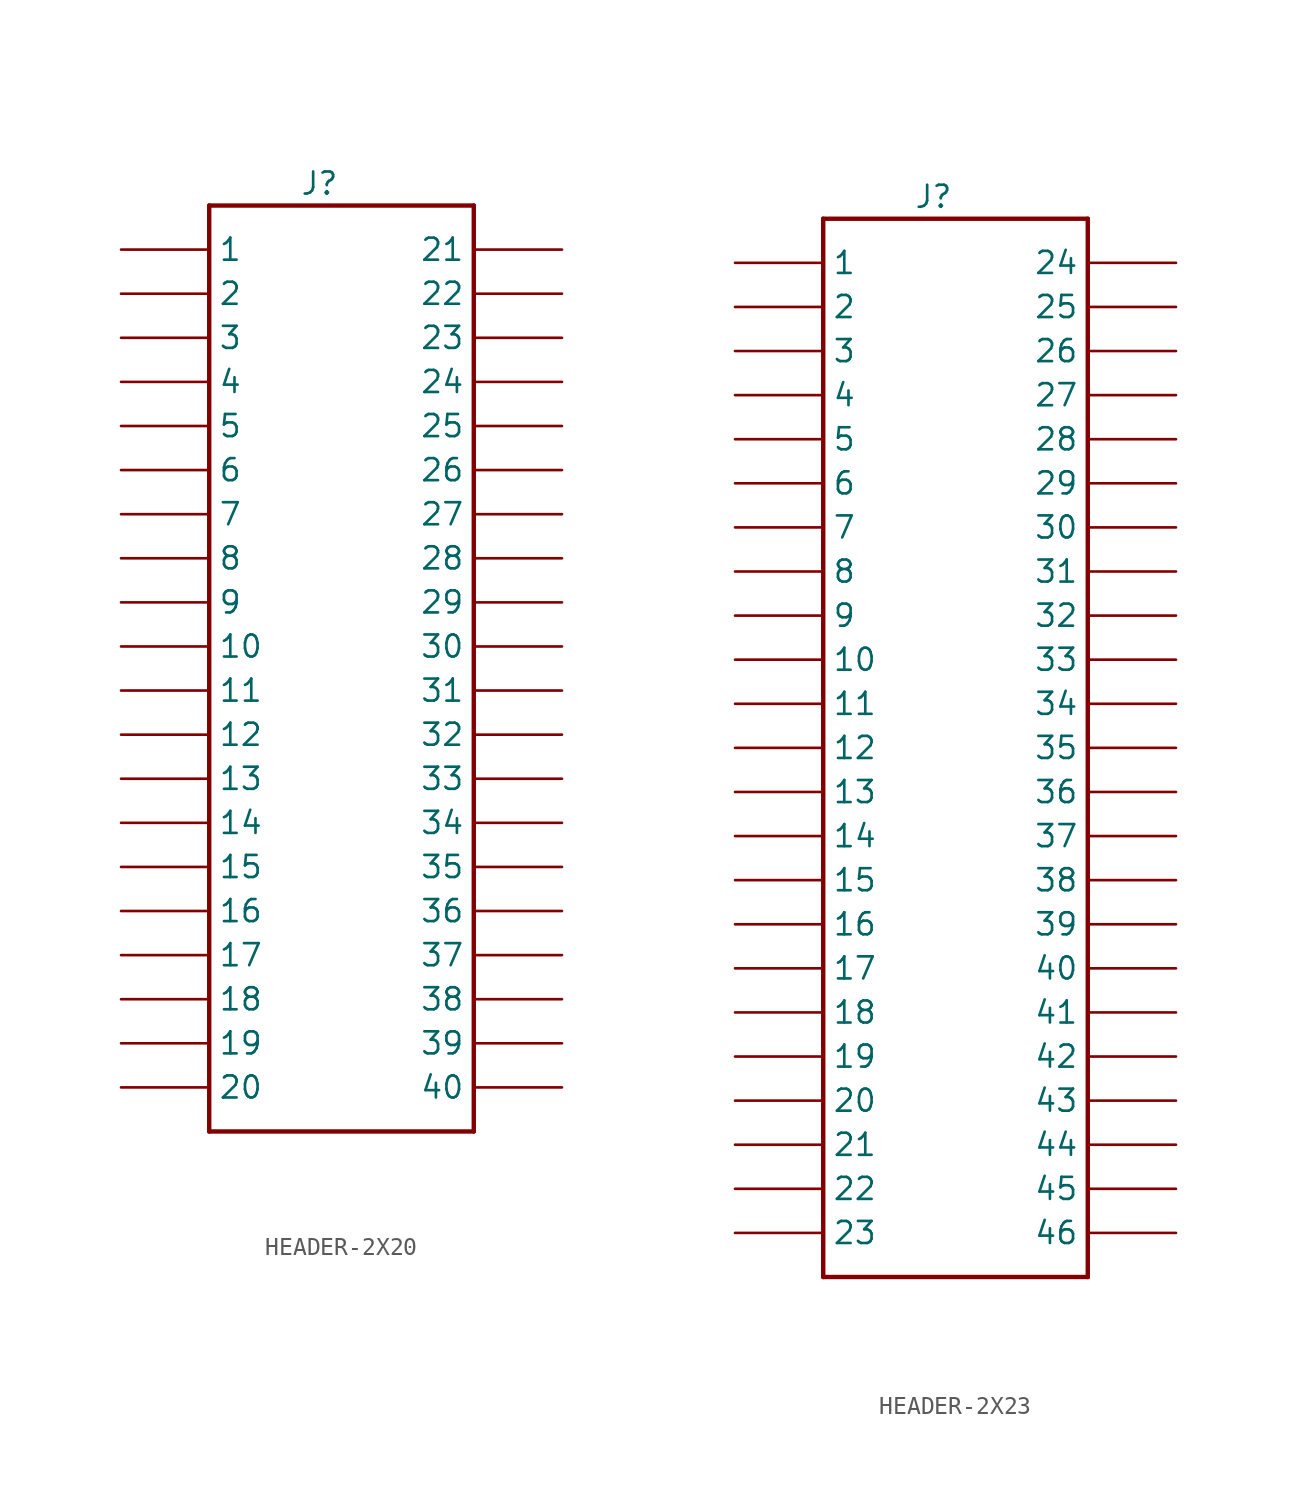
<source format=kicad_sym>
(kicad_symbol_lib
  (version 20220914)
  (generator kicad_symbol_editor)
  (symbol "HEADER-2X20"
    (pin_numbers hide)
    (property "Reference" "J"
      (at 3.81 29.21 0)
      (effects (font (size 1.27 1.27))))
    (symbol "HEADER-2X20_1_0"
      (polyline (pts (xy -2.54 -25.4) (xy -2.54 27.94)) (stroke (width 0.254) (type solid)) (fill (type none)))
      (polyline (pts (xy -2.54 27.94) (xy 12.7 27.94)) (stroke (width 0.254) (type solid)) (fill (type none)))
      (polyline (pts (xy 12.7 -25.4) (xy -2.54 -25.4)) (stroke (width 0.254) (type solid)) (fill (type none)))
      (polyline (pts (xy 12.7 27.94) (xy 12.7 -25.4)) (stroke (width 0.254) (type solid)) (fill (type none)))
      (pin bidirectional line (at -7.62 25.4 0) (length 5.08) (name "1" (effects (font (size 1.27 1.27)))) (number "1" (effects (font (size 1.27 1.27)))))
      (pin bidirectional line (at -7.62 2.54 0) (length 5.08) (name "10" (effects (font (size 1.27 1.27)))) (number "10" (effects (font (size 1.27 1.27)))))
      (pin bidirectional line (at -7.62 0 0) (length 5.08) (name "11" (effects (font (size 1.27 1.27)))) (number "11" (effects (font (size 1.27 1.27)))))
      (pin bidirectional line (at -7.62 -2.54 0) (length 5.08) (name "12" (effects (font (size 1.27 1.27)))) (number "12" (effects (font (size 1.27 1.27)))))
      (pin bidirectional line (at -7.62 -5.08 0) (length 5.08) (name "13" (effects (font (size 1.27 1.27)))) (number "13" (effects (font (size 1.27 1.27)))))
      (pin bidirectional line (at -7.62 -7.62 0) (length 5.08) (name "14" (effects (font (size 1.27 1.27)))) (number "14" (effects (font (size 1.27 1.27)))))
      (pin bidirectional line (at -7.62 -10.16 0) (length 5.08) (name "15" (effects (font (size 1.27 1.27)))) (number "15" (effects (font (size 1.27 1.27)))))
      (pin bidirectional line (at -7.62 -12.7 0) (length 5.08) (name "16" (effects (font (size 1.27 1.27)))) (number "16" (effects (font (size 1.27 1.27)))))
      (pin bidirectional line (at -7.62 -15.24 0) (length 5.08) (name "17" (effects (font (size 1.27 1.27)))) (number "17" (effects (font (size 1.27 1.27)))))
      (pin bidirectional line (at -7.62 -17.78 0) (length 5.08) (name "18" (effects (font (size 1.27 1.27)))) (number "18" (effects (font (size 1.27 1.27)))))
      (pin bidirectional line (at -7.62 -20.32 0) (length 5.08) (name "19" (effects (font (size 1.27 1.27)))) (number "19" (effects (font (size 1.27 1.27)))))
      (pin bidirectional line (at -7.62 22.86 0) (length 5.08) (name "2" (effects (font (size 1.27 1.27)))) (number "2" (effects (font (size 1.27 1.27)))))
      (pin bidirectional line (at -7.62 -22.86 0) (length 5.08) (name "20" (effects (font (size 1.27 1.27)))) (number "20" (effects (font (size 1.27 1.27)))))
      (pin bidirectional line (at 17.78 25.4 180) (length 5.08) (name "21" (effects (font (size 1.27 1.27)))) (number "21" (effects (font (size 1.27 1.27)))))
      (pin bidirectional line (at 17.78 22.86 180) (length 5.08) (name "22" (effects (font (size 1.27 1.27)))) (number "22" (effects (font (size 1.27 1.27)))))
      (pin bidirectional line (at 17.78 20.32 180) (length 5.08) (name "23" (effects (font (size 1.27 1.27)))) (number "23" (effects (font (size 1.27 1.27)))))
      (pin bidirectional line (at 17.78 17.78 180) (length 5.08) (name "24" (effects (font (size 1.27 1.27)))) (number "24" (effects (font (size 1.27 1.27)))))
      (pin bidirectional line (at 17.78 15.24 180) (length 5.08) (name "25" (effects (font (size 1.27 1.27)))) (number "25" (effects (font (size 1.27 1.27)))))
      (pin bidirectional line (at 17.78 12.7 180) (length 5.08) (name "26" (effects (font (size 1.27 1.27)))) (number "26" (effects (font (size 1.27 1.27)))))
      (pin bidirectional line (at 17.78 10.16 180) (length 5.08) (name "27" (effects (font (size 1.27 1.27)))) (number "27" (effects (font (size 1.27 1.27)))))
      (pin bidirectional line (at 17.78 7.62 180) (length 5.08) (name "28" (effects (font (size 1.27 1.27)))) (number "28" (effects (font (size 1.27 1.27)))))
      (pin bidirectional line (at 17.78 5.08 180) (length 5.08) (name "29" (effects (font (size 1.27 1.27)))) (number "29" (effects (font (size 1.27 1.27)))))
      (pin bidirectional line (at -7.62 20.32 0) (length 5.08) (name "3" (effects (font (size 1.27 1.27)))) (number "3" (effects (font (size 1.27 1.27)))))
      (pin bidirectional line (at 17.78 2.54 180) (length 5.08) (name "30" (effects (font (size 1.27 1.27)))) (number "30" (effects (font (size 1.27 1.27)))))
      (pin bidirectional line (at 17.78 0 180) (length 5.08) (name "31" (effects (font (size 1.27 1.27)))) (number "31" (effects (font (size 1.27 1.27)))))
      (pin bidirectional line (at 17.78 -2.54 180) (length 5.08) (name "32" (effects (font (size 1.27 1.27)))) (number "32" (effects (font (size 1.27 1.27)))))
      (pin bidirectional line (at 17.78 -5.08 180) (length 5.08) (name "33" (effects (font (size 1.27 1.27)))) (number "33" (effects (font (size 1.27 1.27)))))
      (pin bidirectional line (at 17.78 -7.62 180) (length 5.08) (name "34" (effects (font (size 1.27 1.27)))) (number "34" (effects (font (size 1.27 1.27)))))
      (pin bidirectional line (at 17.78 -10.16 180) (length 5.08) (name "35" (effects (font (size 1.27 1.27)))) (number "35" (effects (font (size 1.27 1.27)))))
      (pin bidirectional line (at 17.78 -12.7 180) (length 5.08) (name "36" (effects (font (size 1.27 1.27)))) (number "36" (effects (font (size 1.27 1.27)))))
      (pin bidirectional line (at 17.78 -15.24 180) (length 5.08) (name "37" (effects (font (size 1.27 1.27)))) (number "37" (effects (font (size 1.27 1.27)))))
      (pin bidirectional line (at 17.78 -17.78 180) (length 5.08) (name "38" (effects (font (size 1.27 1.27)))) (number "38" (effects (font (size 1.27 1.27)))))
      (pin bidirectional line (at 17.78 -20.32 180) (length 5.08) (name "39" (effects (font (size 1.27 1.27)))) (number "39" (effects (font (size 1.27 1.27)))))
      (pin bidirectional line (at -7.62 17.78 0) (length 5.08) (name "4" (effects (font (size 1.27 1.27)))) (number "4" (effects (font (size 1.27 1.27)))))
      (pin bidirectional line (at 17.78 -22.86 180) (length 5.08) (name "40" (effects (font (size 1.27 1.27)))) (number "40" (effects (font (size 1.27 1.27)))))
      (pin bidirectional line (at -7.62 15.24 0) (length 5.08) (name "5" (effects (font (size 1.27 1.27)))) (number "5" (effects (font (size 1.27 1.27)))))
      (pin bidirectional line (at -7.62 12.7 0) (length 5.08) (name "6" (effects (font (size 1.27 1.27)))) (number "6" (effects (font (size 1.27 1.27)))))
      (pin bidirectional line (at -7.62 10.16 0) (length 5.08) (name "7" (effects (font (size 1.27 1.27)))) (number "7" (effects (font (size 1.27 1.27)))))
      (pin bidirectional line (at -7.62 7.62 0) (length 5.08) (name "8" (effects (font (size 1.27 1.27)))) (number "8" (effects (font (size 1.27 1.27)))))
      (pin bidirectional line (at -7.62 5.08 0) (length 5.08) (name "9" (effects (font (size 1.27 1.27)))) (number "9" (effects (font (size 1.27 1.27)))))))
  (symbol "HEADER-2X23"
    (pin_numbers hide)
    (property "Reference" "J"
      (at 0 29.21 0)
      (effects (font (size 1.27 1.27))))
    (symbol "HEADER-2X23_1_0"
      (polyline (pts (xy -6.35 -33.02) (xy -6.35 27.94)) (stroke (width 0.254) (type solid)) (fill (type none)))
      (polyline (pts (xy -6.35 27.94) (xy 8.89 27.94)) (stroke (width 0.254) (type solid)) (fill (type none)))
      (polyline (pts (xy 8.89 -33.02) (xy -6.35 -33.02)) (stroke (width 0.254) (type solid)) (fill (type none)))
      (polyline (pts (xy 8.89 27.94) (xy 8.89 -33.02)) (stroke (width 0.254) (type solid)) (fill (type none)))
      (pin bidirectional line (at -11.43 25.4 0) (length 5.08) (name "1" (effects (font (size 1.27 1.27)))) (number "1" (effects (font (size 1.27 1.27)))))
      (pin bidirectional line (at -11.43 2.54 0) (length 5.08) (name "10" (effects (font (size 1.27 1.27)))) (number "10" (effects (font (size 1.27 1.27)))))
      (pin bidirectional line (at -11.43 0 0) (length 5.08) (name "11" (effects (font (size 1.27 1.27)))) (number "11" (effects (font (size 1.27 1.27)))))
      (pin bidirectional line (at -11.43 -2.54 0) (length 5.08) (name "12" (effects (font (size 1.27 1.27)))) (number "12" (effects (font (size 1.27 1.27)))))
      (pin bidirectional line (at -11.43 -5.08 0) (length 5.08) (name "13" (effects (font (size 1.27 1.27)))) (number "13" (effects (font (size 1.27 1.27)))))
      (pin bidirectional line (at -11.43 -7.62 0) (length 5.08) (name "14" (effects (font (size 1.27 1.27)))) (number "14" (effects (font (size 1.27 1.27)))))
      (pin bidirectional line (at -11.43 -10.16 0) (length 5.08) (name "15" (effects (font (size 1.27 1.27)))) (number "15" (effects (font (size 1.27 1.27)))))
      (pin bidirectional line (at -11.43 -12.7 0) (length 5.08) (name "16" (effects (font (size 1.27 1.27)))) (number "16" (effects (font (size 1.27 1.27)))))
      (pin bidirectional line (at -11.43 -15.24 0) (length 5.08) (name "17" (effects (font (size 1.27 1.27)))) (number "17" (effects (font (size 1.27 1.27)))))
      (pin bidirectional line (at -11.43 -17.78 0) (length 5.08) (name "18" (effects (font (size 1.27 1.27)))) (number "18" (effects (font (size 1.27 1.27)))))
      (pin bidirectional line (at -11.43 -20.32 0) (length 5.08) (name "19" (effects (font (size 1.27 1.27)))) (number "19" (effects (font (size 1.27 1.27)))))
      (pin bidirectional line (at -11.43 22.86 0) (length 5.08) (name "2" (effects (font (size 1.27 1.27)))) (number "2" (effects (font (size 1.27 1.27)))))
      (pin bidirectional line (at -11.43 -22.86 0) (length 5.08) (name "20" (effects (font (size 1.27 1.27)))) (number "20" (effects (font (size 1.27 1.27)))))
      (pin bidirectional line (at -11.43 -25.4 0) (length 5.08) (name "21" (effects (font (size 1.27 1.27)))) (number "21" (effects (font (size 1.27 1.27)))))
      (pin bidirectional line (at -11.43 -27.94 0) (length 5.08) (name "22" (effects (font (size 1.27 1.27)))) (number "22" (effects (font (size 1.27 1.27)))))
      (pin bidirectional line (at -11.43 -30.48 0) (length 5.08) (name "23" (effects (font (size 1.27 1.27)))) (number "23" (effects (font (size 1.27 1.27)))))
      (pin bidirectional line (at 13.97 25.4 180) (length 5.08) (name "24" (effects (font (size 1.27 1.27)))) (number "24" (effects (font (size 1.27 1.27)))))
      (pin bidirectional line (at 13.97 22.86 180) (length 5.08) (name "25" (effects (font (size 1.27 1.27)))) (number "25" (effects (font (size 1.27 1.27)))))
      (pin bidirectional line (at 13.97 20.32 180) (length 5.08) (name "26" (effects (font (size 1.27 1.27)))) (number "26" (effects (font (size 1.27 1.27)))))
      (pin bidirectional line (at 13.97 17.78 180) (length 5.08) (name "27" (effects (font (size 1.27 1.27)))) (number "27" (effects (font (size 1.27 1.27)))))
      (pin bidirectional line (at 13.97 15.24 180) (length 5.08) (name "28" (effects (font (size 1.27 1.27)))) (number "28" (effects (font (size 1.27 1.27)))))
      (pin bidirectional line (at 13.97 12.7 180) (length 5.08) (name "29" (effects (font (size 1.27 1.27)))) (number "29" (effects (font (size 1.27 1.27)))))
      (pin bidirectional line (at -11.43 20.32 0) (length 5.08) (name "3" (effects (font (size 1.27 1.27)))) (number "3" (effects (font (size 1.27 1.27)))))
      (pin bidirectional line (at 13.97 10.16 180) (length 5.08) (name "30" (effects (font (size 1.27 1.27)))) (number "30" (effects (font (size 1.27 1.27)))))
      (pin bidirectional line (at 13.97 7.62 180) (length 5.08) (name "31" (effects (font (size 1.27 1.27)))) (number "31" (effects (font (size 1.27 1.27)))))
      (pin bidirectional line (at 13.97 5.08 180) (length 5.08) (name "32" (effects (font (size 1.27 1.27)))) (number "32" (effects (font (size 1.27 1.27)))))
      (pin bidirectional line (at 13.97 2.54 180) (length 5.08) (name "33" (effects (font (size 1.27 1.27)))) (number "33" (effects (font (size 1.27 1.27)))))
      (pin bidirectional line (at 13.97 0 180) (length 5.08) (name "34" (effects (font (size 1.27 1.27)))) (number "34" (effects (font (size 1.27 1.27)))))
      (pin bidirectional line (at 13.97 -2.54 180) (length 5.08) (name "35" (effects (font (size 1.27 1.27)))) (number "35" (effects (font (size 1.27 1.27)))))
      (pin bidirectional line (at 13.97 -5.08 180) (length 5.08) (name "36" (effects (font (size 1.27 1.27)))) (number "36" (effects (font (size 1.27 1.27)))))
      (pin bidirectional line (at 13.97 -7.62 180) (length 5.08) (name "37" (effects (font (size 1.27 1.27)))) (number "37" (effects (font (size 1.27 1.27)))))
      (pin bidirectional line (at 13.97 -10.16 180) (length 5.08) (name "38" (effects (font (size 1.27 1.27)))) (number "38" (effects (font (size 1.27 1.27)))))
      (pin bidirectional line (at 13.97 -12.7 180) (length 5.08) (name "39" (effects (font (size 1.27 1.27)))) (number "39" (effects (font (size 1.27 1.27)))))
      (pin bidirectional line (at -11.43 17.78 0) (length 5.08) (name "4" (effects (font (size 1.27 1.27)))) (number "4" (effects (font (size 1.27 1.27)))))
      (pin bidirectional line (at 13.97 -15.24 180) (length 5.08) (name "40" (effects (font (size 1.27 1.27)))) (number "40" (effects (font (size 1.27 1.27)))))
      (pin bidirectional line (at 13.97 -17.78 180) (length 5.08) (name "41" (effects (font (size 1.27 1.27)))) (number "41" (effects (font (size 1.27 1.27)))))
      (pin bidirectional line (at 13.97 -20.32 180) (length 5.08) (name "42" (effects (font (size 1.27 1.27)))) (number "42" (effects (font (size 1.27 1.27)))))
      (pin bidirectional line (at 13.97 -22.86 180) (length 5.08) (name "43" (effects (font (size 1.27 1.27)))) (number "43" (effects (font (size 1.27 1.27)))))
      (pin bidirectional line (at 13.97 -25.4 180) (length 5.08) (name "44" (effects (font (size 1.27 1.27)))) (number "44" (effects (font (size 1.27 1.27)))))
      (pin bidirectional line (at 13.97 -27.94 180) (length 5.08) (name "45" (effects (font (size 1.27 1.27)))) (number "45" (effects (font (size 1.27 1.27)))))
      (pin bidirectional line (at 13.97 -30.48 180) (length 5.08) (name "46" (effects (font (size 1.27 1.27)))) (number "46" (effects (font (size 1.27 1.27)))))
      (pin bidirectional line (at -11.43 15.24 0) (length 5.08) (name "5" (effects (font (size 1.27 1.27)))) (number "5" (effects (font (size 1.27 1.27)))))
      (pin bidirectional line (at -11.43 12.7 0) (length 5.08) (name "6" (effects (font (size 1.27 1.27)))) (number "6" (effects (font (size 1.27 1.27)))))
      (pin bidirectional line (at -11.43 10.16 0) (length 5.08) (name "7" (effects (font (size 1.27 1.27)))) (number "7" (effects (font (size 1.27 1.27)))))
      (pin bidirectional line (at -11.43 7.62 0) (length 5.08) (name "8" (effects (font (size 1.27 1.27)))) (number "8" (effects (font (size 1.27 1.27)))))
      (pin bidirectional line (at -11.43 5.08 0) (length 5.08) (name "9" (effects (font (size 1.27 1.27)))) (number "9" (effects (font (size 1.27 1.27))))))))
</source>
